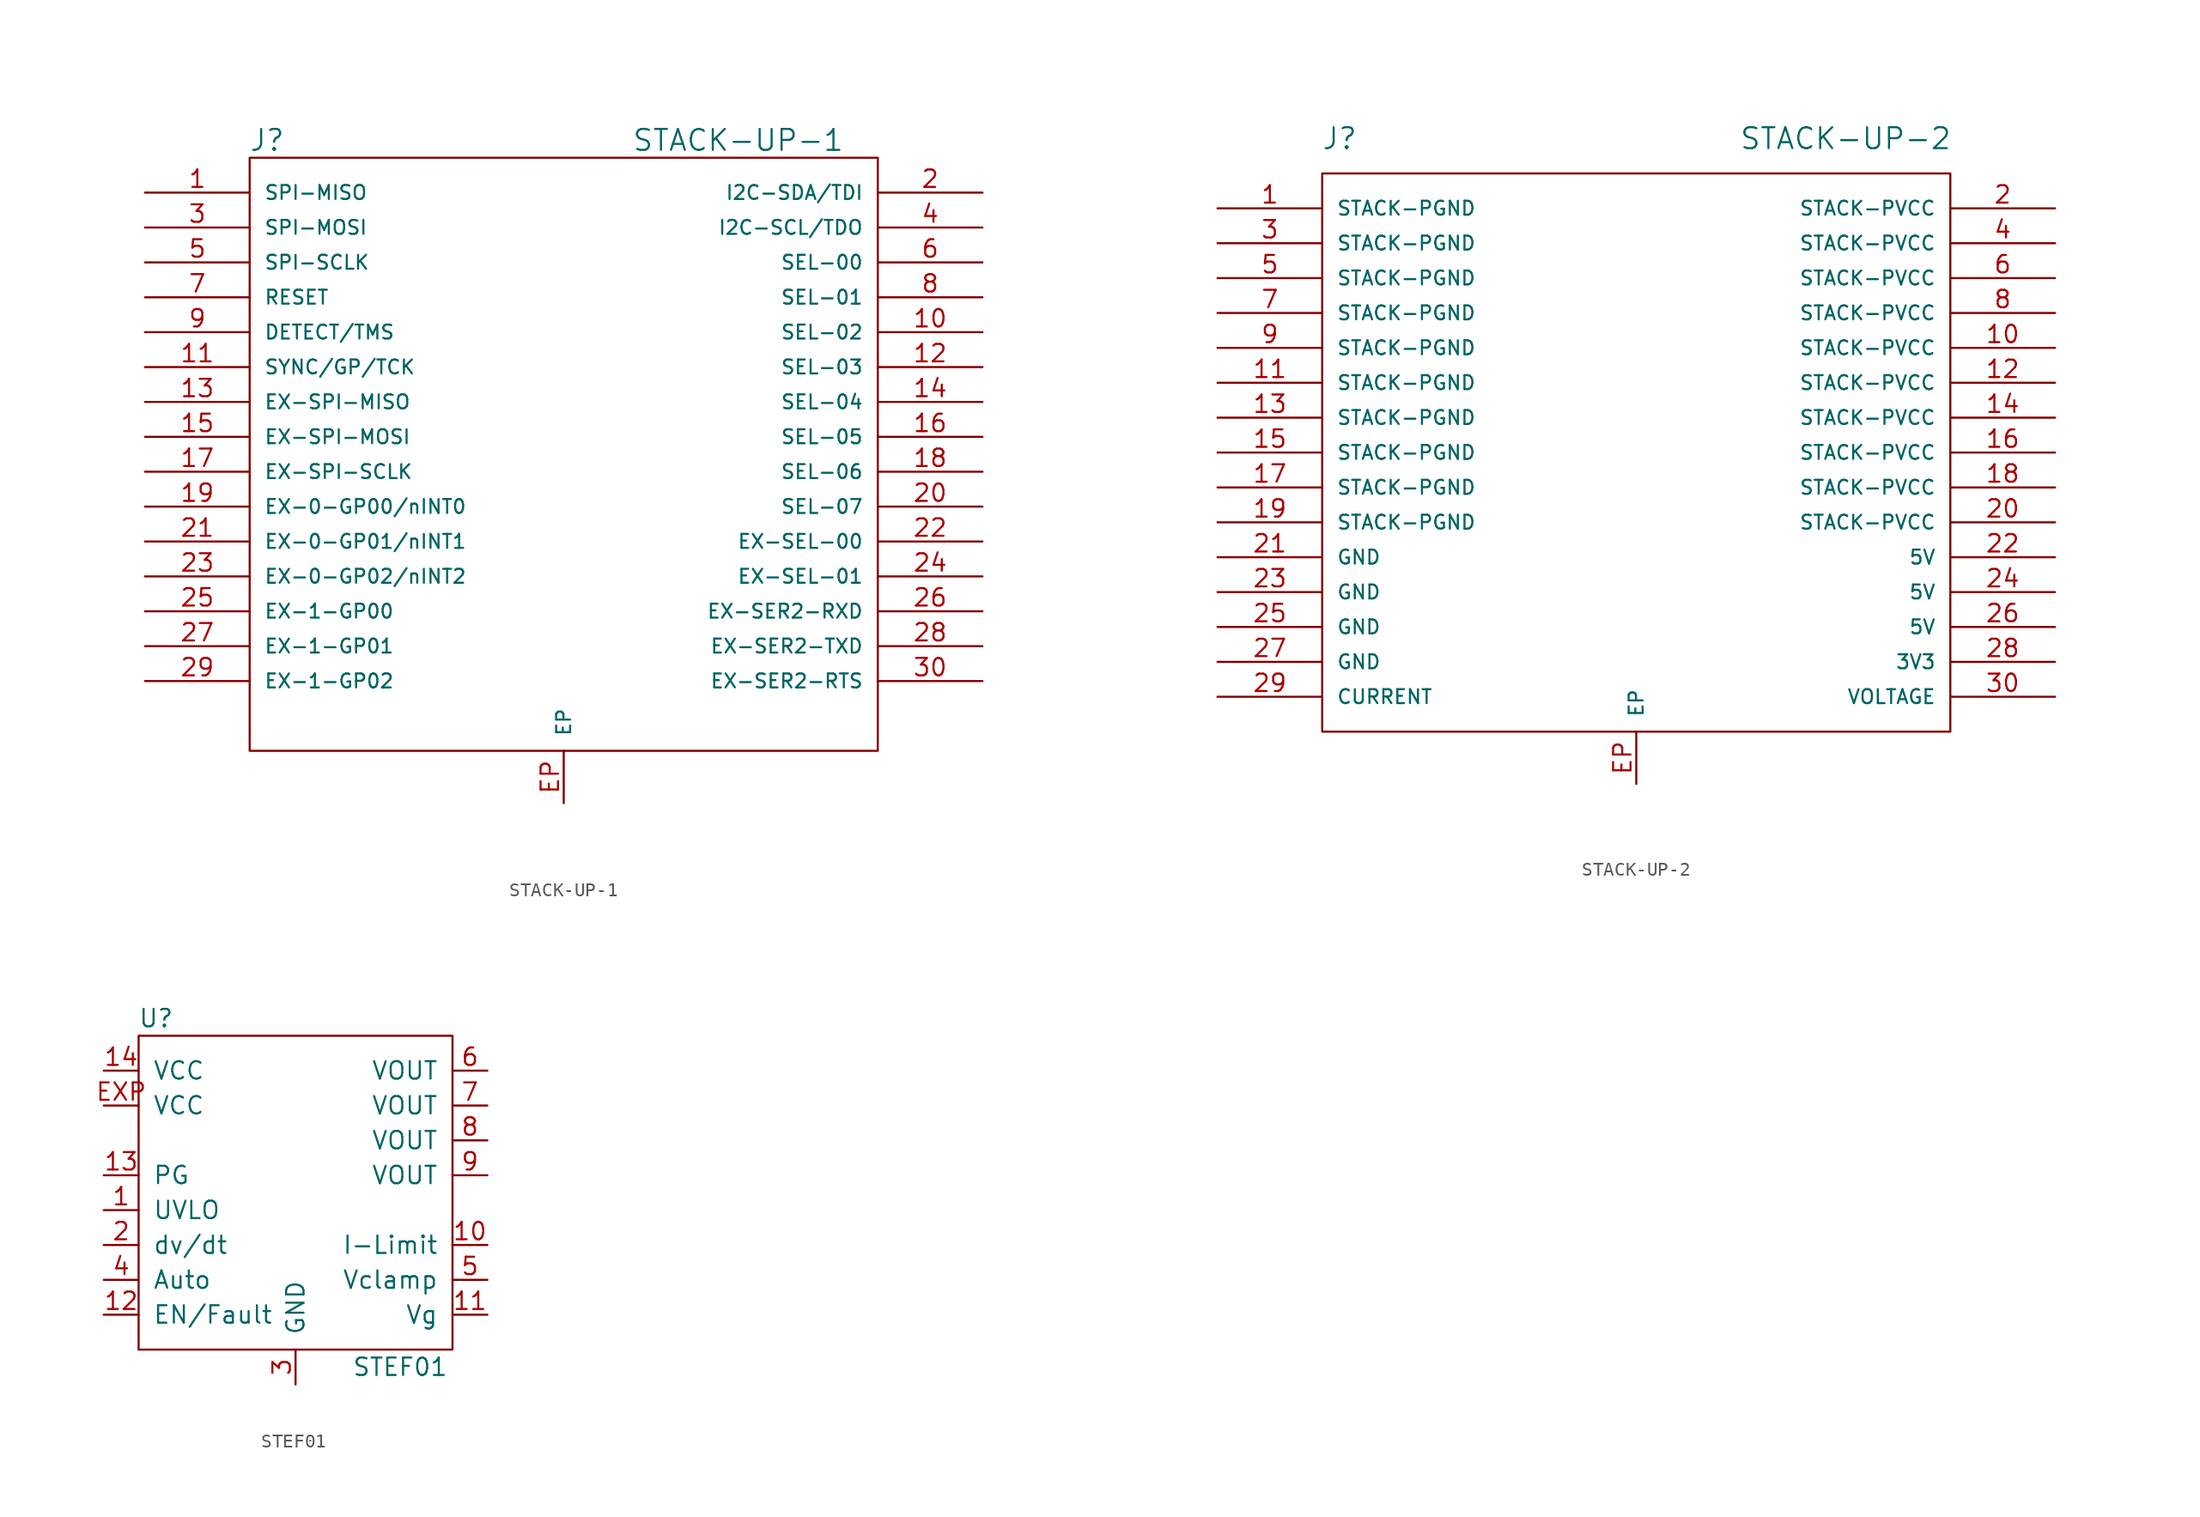
<source format=kicad_sym>
(kicad_symbol_lib
  (version 20210619)
  (generator kicad_symbol_editor)
  (symbol "tinkerforge:STACK-UP-1"
    (pin_names
      (offset 1.016))
    (property "Reference" "J"
      (at -21.59 21.59 0)
      (effects (font (size 1.524 1.524))))
    (property "Value" "STACK-UP-1"
      (at 12.7 21.59 0)
      (effects (font (size 1.524 1.524))))
    (property "Footprint" ""
      (at 0 0 0)
      (effects (font (size 1.524 1.524))))
    (property "Datasheet" ""
      (at 0 0 0)
      (effects (font (size 1.524 1.524))))
    (symbol "STACK-UP-1_0_1"
      (rectangle (start -22.86 20.32) (end 22.86 -22.86) (stroke (width 0)) (fill (type none))))
    (symbol "STACK-UP-1_1_1"
      (pin passive line (at -30.48 17.78 0) (length 7.62) (name "SPI-MISO" (effects (font (size 1.016 1.016)))) (number "1" (effects (font (size 1.27 1.27)))))
      (pin passive line (at 30.48 7.62 180) (length 7.62) (name "SEL-02" (effects (font (size 1.016 1.016)))) (number "10" (effects (font (size 1.27 1.27)))))
      (pin passive line (at -30.48 5.08 0) (length 7.62) (name "SYNC/GP/TCK" (effects (font (size 1.016 1.016)))) (number "11" (effects (font (size 1.27 1.27)))))
      (pin passive line (at 30.48 5.08 180) (length 7.62) (name "SEL-03" (effects (font (size 1.016 1.016)))) (number "12" (effects (font (size 1.27 1.27)))))
      (pin passive line (at -30.48 2.54 0) (length 7.62) (name "EX-SPI-MISO" (effects (font (size 1.016 1.016)))) (number "13" (effects (font (size 1.27 1.27)))))
      (pin passive line (at 30.48 2.54 180) (length 7.62) (name "SEL-04" (effects (font (size 1.016 1.016)))) (number "14" (effects (font (size 1.27 1.27)))))
      (pin passive line (at -30.48 0 0) (length 7.62) (name "EX-SPI-MOSI" (effects (font (size 1.016 1.016)))) (number "15" (effects (font (size 1.27 1.27)))))
      (pin bidirectional line (at 30.48 0 180) (length 7.62) (name "SEL-05" (effects (font (size 1.016 1.016)))) (number "16" (effects (font (size 1.27 1.27)))))
      (pin passive line (at -30.48 -2.54 0) (length 7.62) (name "EX-SPI-SCLK" (effects (font (size 1.016 1.016)))) (number "17" (effects (font (size 1.27 1.27)))))
      (pin passive line (at 30.48 -2.54 180) (length 7.62) (name "SEL-06" (effects (font (size 1.016 1.016)))) (number "18" (effects (font (size 1.27 1.27)))))
      (pin passive line (at -30.48 -5.08 0) (length 7.62) (name "EX-0-GP00/nINT0" (effects (font (size 1.016 1.016)))) (number "19" (effects (font (size 1.27 1.27)))))
      (pin passive line (at 30.48 17.78 180) (length 7.62) (name "I2C-SDA/TDI" (effects (font (size 1.016 1.016)))) (number "2" (effects (font (size 1.27 1.27)))))
      (pin passive line (at 30.48 -5.08 180) (length 7.62) (name "SEL-07" (effects (font (size 1.016 1.016)))) (number "20" (effects (font (size 1.27 1.27)))))
      (pin passive line (at -30.48 -7.62 0) (length 7.62) (name "EX-0-GP01/nINT1" (effects (font (size 1.016 1.016)))) (number "21" (effects (font (size 1.27 1.27)))))
      (pin passive line (at 30.48 -7.62 180) (length 7.62) (name "EX-SEL-00" (effects (font (size 1.016 1.016)))) (number "22" (effects (font (size 1.27 1.27)))))
      (pin passive line (at -30.48 -10.16 0) (length 7.62) (name "EX-0-GP02/nINT2" (effects (font (size 1.016 1.016)))) (number "23" (effects (font (size 1.27 1.27)))))
      (pin passive line (at 30.48 -10.16 180) (length 7.62) (name "EX-SEL-01" (effects (font (size 1.016 1.016)))) (number "24" (effects (font (size 1.27 1.27)))))
      (pin passive line (at -30.48 -12.7 0) (length 7.62) (name "EX-1-GP00" (effects (font (size 1.016 1.016)))) (number "25" (effects (font (size 1.27 1.27)))))
      (pin passive line (at 30.48 -12.7 180) (length 7.62) (name "EX-SER2-RXD" (effects (font (size 1.016 1.016)))) (number "26" (effects (font (size 1.27 1.27)))))
      (pin passive line (at -30.48 -15.24 0) (length 7.62) (name "EX-1-GP01" (effects (font (size 1.016 1.016)))) (number "27" (effects (font (size 1.27 1.27)))))
      (pin passive line (at 30.48 -15.24 180) (length 7.62) (name "EX-SER2-TXD" (effects (font (size 1.016 1.016)))) (number "28" (effects (font (size 1.27 1.27)))))
      (pin passive line (at -30.48 -17.78 0) (length 7.62) (name "EX-1-GP02" (effects (font (size 1.016 1.016)))) (number "29" (effects (font (size 1.27 1.27)))))
      (pin passive line (at -30.48 15.24 0) (length 7.62) (name "SPI-MOSI" (effects (font (size 1.016 1.016)))) (number "3" (effects (font (size 1.27 1.27)))))
      (pin passive line (at 30.48 -17.78 180) (length 7.62) (name "EX-SER2-RTS" (effects (font (size 1.016 1.016)))) (number "30" (effects (font (size 1.27 1.27)))))
      (pin passive line (at 30.48 15.24 180) (length 7.62) (name "I2C-SCL/TDO" (effects (font (size 1.016 1.016)))) (number "4" (effects (font (size 1.27 1.27)))))
      (pin passive line (at -30.48 12.7 0) (length 7.62) (name "SPI-SCLK" (effects (font (size 1.016 1.016)))) (number "5" (effects (font (size 1.27 1.27)))))
      (pin passive line (at 30.48 12.7 180) (length 7.62) (name "SEL-00" (effects (font (size 1.016 1.016)))) (number "6" (effects (font (size 1.27 1.27)))))
      (pin passive line (at -30.48 10.16 0) (length 7.62) (name "RESET" (effects (font (size 1.016 1.016)))) (number "7" (effects (font (size 1.27 1.27)))))
      (pin passive line (at 30.48 10.16 180) (length 7.62) (name "SEL-01" (effects (font (size 1.016 1.016)))) (number "8" (effects (font (size 1.27 1.27)))))
      (pin passive line (at -30.48 7.62 0) (length 7.62) (name "DETECT/TMS" (effects (font (size 1.016 1.016)))) (number "9" (effects (font (size 1.27 1.27)))))
      (pin passive line (at 0 -26.67 90) (length 3.81) (name "EP" (effects (font (size 1.016 1.016)))) (number "EP" (effects (font (size 1.27 1.27)))))))
  (symbol "tinkerforge:STACK-UP-2"
    (pin_names
      (offset 1.016))
    (property "Reference" "J"
      (at -21.59 22.86 0)
      (effects (font (size 1.524 1.524))))
    (property "Value" "STACK-UP-2"
      (at 15.24 22.86 0)
      (effects (font (size 1.524 1.524))))
    (property "Footprint" ""
      (at 0 0 0)
      (effects (font (size 1.524 1.524))))
    (property "Datasheet" ""
      (at 0 0 0)
      (effects (font (size 1.524 1.524))))
    (symbol "STACK-UP-2_0_1"
      (rectangle (start -22.86 20.32) (end 22.86 -20.32) (stroke (width 0)) (fill (type none))))
    (symbol "STACK-UP-2_1_1"
      (pin passive line (at -30.48 17.78 0) (length 7.62) (name "STACK-PGND" (effects (font (size 1.016 1.016)))) (number "1" (effects (font (size 1.27 1.27)))))
      (pin passive line (at 30.48 7.62 180) (length 7.62) (name "STACK-PVCC" (effects (font (size 1.016 1.016)))) (number "10" (effects (font (size 1.27 1.27)))))
      (pin passive line (at -30.48 5.08 0) (length 7.62) (name "STACK-PGND" (effects (font (size 1.016 1.016)))) (number "11" (effects (font (size 1.27 1.27)))))
      (pin passive line (at 30.48 5.08 180) (length 7.62) (name "STACK-PVCC" (effects (font (size 1.016 1.016)))) (number "12" (effects (font (size 1.27 1.27)))))
      (pin passive line (at -30.48 2.54 0) (length 7.62) (name "STACK-PGND" (effects (font (size 1.016 1.016)))) (number "13" (effects (font (size 1.27 1.27)))))
      (pin passive line (at 30.48 2.54 180) (length 7.62) (name "STACK-PVCC" (effects (font (size 1.016 1.016)))) (number "14" (effects (font (size 1.27 1.27)))))
      (pin passive line (at -30.48 0 0) (length 7.62) (name "STACK-PGND" (effects (font (size 1.016 1.016)))) (number "15" (effects (font (size 1.27 1.27)))))
      (pin passive line (at 30.48 0 180) (length 7.62) (name "STACK-PVCC" (effects (font (size 1.016 1.016)))) (number "16" (effects (font (size 1.27 1.27)))))
      (pin passive line (at -30.48 -2.54 0) (length 7.62) (name "STACK-PGND" (effects (font (size 1.016 1.016)))) (number "17" (effects (font (size 1.27 1.27)))))
      (pin passive line (at 30.48 -2.54 180) (length 7.62) (name "STACK-PVCC" (effects (font (size 1.016 1.016)))) (number "18" (effects (font (size 1.27 1.27)))))
      (pin passive line (at -30.48 -5.08 0) (length 7.62) (name "STACK-PGND" (effects (font (size 1.016 1.016)))) (number "19" (effects (font (size 1.27 1.27)))))
      (pin power_out line (at 30.48 17.78 180) (length 7.62) (name "STACK-PVCC" (effects (font (size 1.016 1.016)))) (number "2" (effects (font (size 1.27 1.27)))))
      (pin passive line (at 30.48 -5.08 180) (length 7.62) (name "STACK-PVCC" (effects (font (size 1.016 1.016)))) (number "20" (effects (font (size 1.27 1.27)))))
      (pin passive line (at -30.48 -7.62 0) (length 7.62) (name "GND" (effects (font (size 1.016 1.016)))) (number "21" (effects (font (size 1.27 1.27)))))
      (pin power_out line (at 30.48 -7.62 180) (length 7.62) (name "5V" (effects (font (size 1.016 1.016)))) (number "22" (effects (font (size 1.27 1.27)))))
      (pin passive line (at -30.48 -10.16 0) (length 7.62) (name "GND" (effects (font (size 1.016 1.016)))) (number "23" (effects (font (size 1.27 1.27)))))
      (pin passive line (at 30.48 -10.16 180) (length 7.62) (name "5V" (effects (font (size 1.016 1.016)))) (number "24" (effects (font (size 1.27 1.27)))))
      (pin passive line (at -30.48 -12.7 0) (length 7.62) (name "GND" (effects (font (size 1.016 1.016)))) (number "25" (effects (font (size 1.27 1.27)))))
      (pin passive line (at 30.48 -12.7 180) (length 7.62) (name "5V" (effects (font (size 1.016 1.016)))) (number "26" (effects (font (size 1.27 1.27)))))
      (pin passive line (at -30.48 -15.24 0) (length 7.62) (name "GND" (effects (font (size 1.016 1.016)))) (number "27" (effects (font (size 1.27 1.27)))))
      (pin passive line (at 30.48 -15.24 180) (length 7.62) (name "3V3" (effects (font (size 1.016 1.016)))) (number "28" (effects (font (size 1.27 1.27)))))
      (pin passive line (at -30.48 -17.78 0) (length 7.62) (name "CURRENT" (effects (font (size 1.016 1.016)))) (number "29" (effects (font (size 1.27 1.27)))))
      (pin passive line (at -30.48 15.24 0) (length 7.62) (name "STACK-PGND" (effects (font (size 1.016 1.016)))) (number "3" (effects (font (size 1.27 1.27)))))
      (pin passive line (at 30.48 -17.78 180) (length 7.62) (name "VOLTAGE" (effects (font (size 1.016 1.016)))) (number "30" (effects (font (size 1.27 1.27)))))
      (pin passive line (at 30.48 15.24 180) (length 7.62) (name "STACK-PVCC" (effects (font (size 1.016 1.016)))) (number "4" (effects (font (size 1.27 1.27)))))
      (pin passive line (at -30.48 12.7 0) (length 7.62) (name "STACK-PGND" (effects (font (size 1.016 1.016)))) (number "5" (effects (font (size 1.27 1.27)))))
      (pin passive line (at 30.48 12.7 180) (length 7.62) (name "STACK-PVCC" (effects (font (size 1.016 1.016)))) (number "6" (effects (font (size 1.27 1.27)))))
      (pin passive line (at -30.48 10.16 0) (length 7.62) (name "STACK-PGND" (effects (font (size 1.016 1.016)))) (number "7" (effects (font (size 1.27 1.27)))))
      (pin passive line (at 30.48 10.16 180) (length 7.62) (name "STACK-PVCC" (effects (font (size 1.016 1.016)))) (number "8" (effects (font (size 1.27 1.27)))))
      (pin passive line (at -30.48 7.62 0) (length 7.62) (name "STACK-PGND" (effects (font (size 1.016 1.016)))) (number "9" (effects (font (size 1.27 1.27)))))
      (pin passive line (at 0 -24.13 90) (length 3.81) (name "EP" (effects (font (size 1.016 1.016)))) (number "EP" (effects (font (size 1.27 1.27)))))))
  (symbol "tinkerforge:STEF01"
    (pin_names
      (offset 1.016))
    (property "Reference" "U"
      (at -10.16 12.7 0)
      (effects (font (size 1.27 1.27))))
    (property "Value" "STEF01"
      (at 7.62 -12.7 0)
      (effects (font (size 1.27 1.27))))
    (symbol "STEF01_0_1"
      (rectangle (start -11.43 11.43) (end 11.43 -11.43) (stroke (width 0)) (fill (type none))))
    (symbol "STEF01_1_1"
      (pin input line (at -13.97 -1.27 0) (length 2.54) (name "UVLO" (effects (font (size 1.27 1.27)))) (number "1" (effects (font (size 1.27 1.27)))))
      (pin input line (at 13.97 -3.81 180) (length 2.54) (name "I-Limit" (effects (font (size 1.27 1.27)))) (number "10" (effects (font (size 1.27 1.27)))))
      (pin input line (at 13.97 -8.89 180) (length 2.54) (name "Vg" (effects (font (size 1.27 1.27)))) (number "11" (effects (font (size 1.27 1.27)))))
      (pin input line (at -13.97 -8.89 0) (length 2.54) (name "EN/Fault" (effects (font (size 1.27 1.27)))) (number "12" (effects (font (size 1.27 1.27)))))
      (pin input line (at -13.97 1.27 0) (length 2.54) (name "PG" (effects (font (size 1.27 1.27)))) (number "13" (effects (font (size 1.27 1.27)))))
      (pin input line (at -13.97 8.89 0) (length 2.54) (name "VCC" (effects (font (size 1.27 1.27)))) (number "14" (effects (font (size 1.27 1.27)))))
      (pin input line (at -13.97 -3.81 0) (length 2.54) (name "dv/dt" (effects (font (size 1.27 1.27)))) (number "2" (effects (font (size 1.27 1.27)))))
      (pin input line (at 0 -13.97 90) (length 2.54) (name "GND" (effects (font (size 1.27 1.27)))) (number "3" (effects (font (size 1.27 1.27)))))
      (pin input line (at -13.97 -6.35 0) (length 2.54) (name "Auto" (effects (font (size 1.27 1.27)))) (number "4" (effects (font (size 1.27 1.27)))))
      (pin input line (at 13.97 -6.35 180) (length 2.54) (name "Vclamp" (effects (font (size 1.27 1.27)))) (number "5" (effects (font (size 1.27 1.27)))))
      (pin input line (at 13.97 8.89 180) (length 2.54) (name "VOUT" (effects (font (size 1.27 1.27)))) (number "6" (effects (font (size 1.27 1.27)))))
      (pin input line (at 13.97 6.35 180) (length 2.54) (name "VOUT" (effects (font (size 1.27 1.27)))) (number "7" (effects (font (size 1.27 1.27)))))
      (pin input line (at 13.97 3.81 180) (length 2.54) (name "VOUT" (effects (font (size 1.27 1.27)))) (number "8" (effects (font (size 1.27 1.27)))))
      (pin input line (at 13.97 1.27 180) (length 2.54) (name "VOUT" (effects (font (size 1.27 1.27)))) (number "9" (effects (font (size 1.27 1.27)))))
      (pin input line (at -13.97 6.35 0) (length 2.54) (name "VCC" (effects (font (size 1.27 1.27)))) (number "EXP" (effects (font (size 1.27 1.27))))))))
</source>
